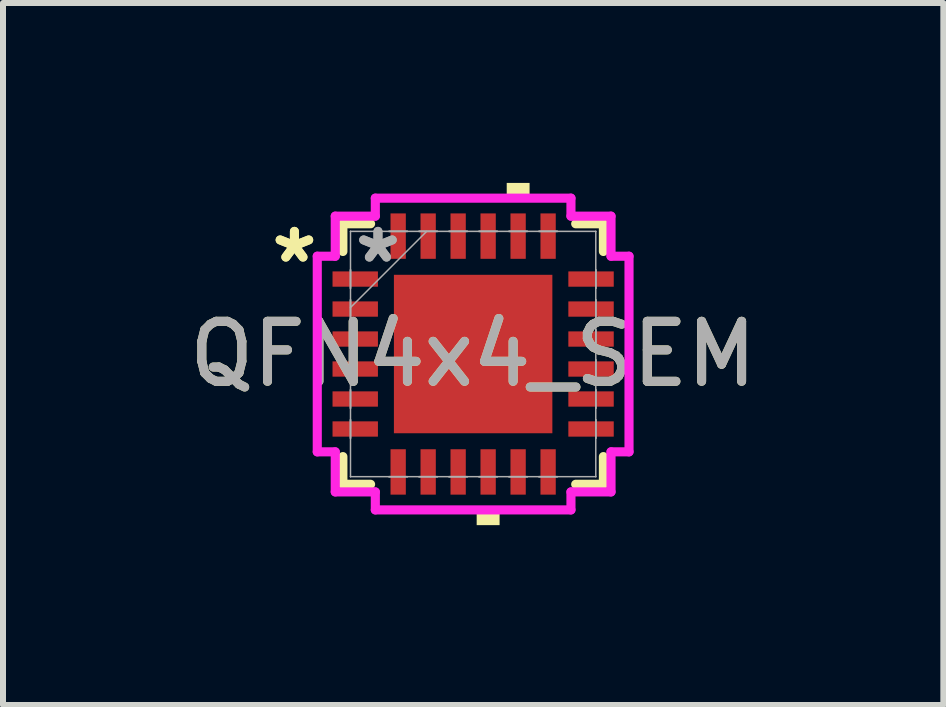
<source format=kicad_pcb>
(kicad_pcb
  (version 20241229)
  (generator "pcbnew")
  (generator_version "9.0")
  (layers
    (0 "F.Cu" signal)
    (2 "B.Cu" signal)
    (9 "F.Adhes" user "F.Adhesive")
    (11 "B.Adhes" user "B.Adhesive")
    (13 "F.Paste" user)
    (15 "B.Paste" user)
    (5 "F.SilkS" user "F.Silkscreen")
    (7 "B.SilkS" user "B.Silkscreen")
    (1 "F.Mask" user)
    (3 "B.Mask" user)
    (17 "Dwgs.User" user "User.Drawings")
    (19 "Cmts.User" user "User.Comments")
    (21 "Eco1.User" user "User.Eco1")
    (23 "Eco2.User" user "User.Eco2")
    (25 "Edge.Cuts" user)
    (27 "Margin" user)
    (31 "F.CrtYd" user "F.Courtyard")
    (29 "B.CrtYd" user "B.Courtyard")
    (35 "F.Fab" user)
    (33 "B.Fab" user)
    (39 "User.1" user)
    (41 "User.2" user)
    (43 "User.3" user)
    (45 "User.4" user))
  (footprint "QFN4x4_SEM"
    (layer "F.Cu")
    (at 4.839 2.853)
    (property "Reference" "QFN4x4_SEM" (at 0 0 0) (unlocked yes) (layer "F.SilkS") (effects (font (size 1 1) (thickness 0.15))))
    (attr smd)
    (fp_line (start -2.172 -2.172) (end -2.172 -1.71) (stroke (width 0.152) (type solid)) (layer "F.SilkS"))
    (fp_line (start -2.172 1.71) (end -2.172 2.172) (stroke (width 0.152) (type solid)) (layer "F.SilkS"))
    (fp_line (start -2.172 2.172) (end -1.71 2.172) (stroke (width 0.152) (type solid)) (layer "F.SilkS"))
    (fp_line (start -1.71 -2.172) (end -2.172 -2.172) (stroke (width 0.152) (type solid)) (layer "F.SilkS"))
    (fp_line (start 1.71 2.172) (end 2.172 2.172) (stroke (width 0.152) (type solid)) (layer "F.SilkS"))
    (fp_line (start 2.172 -2.172) (end 1.71 -2.172) (stroke (width 0.152) (type solid)) (layer "F.SilkS"))
    (fp_line (start 2.172 -1.71) (end 2.172 -2.172) (stroke (width 0.152) (type solid)) (layer "F.SilkS"))
    (fp_line (start 2.172 2.172) (end 2.172 1.71) (stroke (width 0.152) (type solid)) (layer "F.SilkS"))
    (fp_poly (pts (xy 0.059 2.599) (xy 0.059 2.853) (xy 0.441 2.853) (xy 0.441 2.599)) (stroke (width 0) (type solid)) (fill yes) (layer "F.SilkS"))
    (fp_poly (pts (xy 0.56 -2.599) (xy 0.56 -2.853) (xy 0.941 -2.853) (xy 0.941 -2.599)) (stroke (width 0) (type solid)) (fill yes) (layer "F.SilkS"))
    (fp_poly (pts (xy -1.221 -1.221) (xy -1.221 -0.1) (xy -0.1 -0.1) (xy -0.1 -1.221)) (stroke (width 0) (type solid)) (fill yes) (layer "F.Paste"))
    (fp_poly (pts (xy -1.221 0.1) (xy -1.221 1.221) (xy -0.1 1.221) (xy -0.1 0.1)) (stroke (width 0) (type solid)) (fill yes) (layer "F.Paste"))
    (fp_poly (pts (xy 0.1 -1.221) (xy 0.1 -0.1) (xy 1.221 -0.1) (xy 1.221 -1.221)) (stroke (width 0) (type solid)) (fill yes) (layer "F.Paste"))
    (fp_poly (pts (xy 0.1 0.1) (xy 0.1 1.221) (xy 1.221 1.221) (xy 1.221 0.1)) (stroke (width 0) (type solid)) (fill yes) (layer "F.Paste"))
    (fp_line (start -2.599 -1.631) (end -2.299 -1.631) (stroke (width 0.152) (type solid)) (layer "F.CrtYd"))
    (fp_line (start -2.599 1.631) (end -2.599 -1.631) (stroke (width 0.152) (type solid)) (layer "F.CrtYd"))
    (fp_line (start -2.299 -2.299) (end -1.631 -2.299) (stroke (width 0.152) (type solid)) (layer "F.CrtYd"))
    (fp_line (start -2.299 -1.631) (end -2.299 -2.299) (stroke (width 0.152) (type solid)) (layer "F.CrtYd"))
    (fp_line (start -2.299 1.631) (end -2.599 1.631) (stroke (width 0.152) (type solid)) (layer "F.CrtYd"))
    (fp_line (start -2.299 2.299) (end -2.299 1.631) (stroke (width 0.152) (type solid)) (layer "F.CrtYd"))
    (fp_line (start -1.631 -2.599) (end 1.631 -2.599) (stroke (width 0.152) (type solid)) (layer "F.CrtYd"))
    (fp_line (start -1.631 -2.299) (end -1.631 -2.599) (stroke (width 0.152) (type solid)) (layer "F.CrtYd"))
    (fp_line (start -1.631 2.299) (end -2.299 2.299) (stroke (width 0.152) (type solid)) (layer "F.CrtYd"))
    (fp_line (start -1.631 2.599) (end -1.631 2.299) (stroke (width 0.152) (type solid)) (layer "F.CrtYd"))
    (fp_line (start 1.631 -2.599) (end 1.631 -2.299) (stroke (width 0.152) (type solid)) (layer "F.CrtYd"))
    (fp_line (start 1.631 -2.299) (end 2.299 -2.299) (stroke (width 0.152) (type solid)) (layer "F.CrtYd"))
    (fp_line (start 1.631 2.299) (end 1.631 2.599) (stroke (width 0.152) (type solid)) (layer "F.CrtYd"))
    (fp_line (start 1.631 2.599) (end -1.631 2.599) (stroke (width 0.152) (type solid)) (layer "F.CrtYd"))
    (fp_line (start 2.299 -2.299) (end 2.299 -1.631) (stroke (width 0.152) (type solid)) (layer "F.CrtYd"))
    (fp_line (start 2.299 -1.631) (end 2.599 -1.631) (stroke (width 0.152) (type solid)) (layer "F.CrtYd"))
    (fp_line (start 2.299 1.631) (end 2.299 2.299) (stroke (width 0.152) (type solid)) (layer "F.CrtYd"))
    (fp_line (start 2.299 2.299) (end 1.631 2.299) (stroke (width 0.152) (type solid)) (layer "F.CrtYd"))
    (fp_line (start 2.599 -1.631) (end 2.599 1.631) (stroke (width 0.152) (type solid)) (layer "F.CrtYd"))
    (fp_line (start 2.599 1.631) (end 2.299 1.631) (stroke (width 0.152) (type solid)) (layer "F.CrtYd"))
    (fp_line (start -2.045 -2.045) (end -2.045 -2.045) (stroke (width 0.025) (type solid)) (layer "F.Fab"))
    (fp_line (start -2.045 -2.045) (end -2.045 2.045) (stroke (width 0.025) (type solid)) (layer "F.Fab"))
    (fp_line (start -2.045 -1.402) (end -2.045 -1.402) (stroke (width 0.025) (type solid)) (layer "F.Fab"))
    (fp_line (start -2.045 -1.402) (end -2.045 -1.098) (stroke (width 0.025) (type solid)) (layer "F.Fab"))
    (fp_line (start -2.045 -1.098) (end -2.045 -1.402) (stroke (width 0.025) (type solid)) (layer "F.Fab"))
    (fp_line (start -2.045 -1.098) (end -2.045 -1.098) (stroke (width 0.025) (type solid)) (layer "F.Fab"))
    (fp_line (start -2.045 -0.902) (end -2.045 -0.902) (stroke (width 0.025) (type solid)) (layer "F.Fab"))
    (fp_line (start -2.045 -0.902) (end -2.045 -0.598) (stroke (width 0.025) (type solid)) (layer "F.Fab"))
    (fp_line (start -2.045 -0.775) (end -0.775 -2.045) (stroke (width 0.025) (type solid)) (layer "F.Fab"))
    (fp_line (start -2.045 -0.598) (end -2.045 -0.902) (stroke (width 0.025) (type solid)) (layer "F.Fab"))
    (fp_line (start -2.045 -0.598) (end -2.045 -0.598) (stroke (width 0.025) (type solid)) (layer "F.Fab"))
    (fp_line (start -2.045 -0.402) (end -2.045 -0.402) (stroke (width 0.025) (type solid)) (layer "F.Fab"))
    (fp_line (start -2.045 -0.402) (end -2.045 -0.098) (stroke (width 0.025) (type solid)) (layer "F.Fab"))
    (fp_line (start -2.045 -0.098) (end -2.045 -0.402) (stroke (width 0.025) (type solid)) (layer "F.Fab"))
    (fp_line (start -2.045 -0.098) (end -2.045 -0.098) (stroke (width 0.025) (type solid)) (layer "F.Fab"))
    (fp_line (start -2.045 0.098) (end -2.045 0.098) (stroke (width 0.025) (type solid)) (layer "F.Fab"))
    (fp_line (start -2.045 0.098) (end -2.045 0.402) (stroke (width 0.025) (type solid)) (layer "F.Fab"))
    (fp_line (start -2.045 0.402) (end -2.045 0.098) (stroke (width 0.025) (type solid)) (layer "F.Fab"))
    (fp_line (start -2.045 0.402) (end -2.045 0.402) (stroke (width 0.025) (type solid)) (layer "F.Fab"))
    (fp_line (start -2.045 0.598) (end -2.045 0.598) (stroke (width 0.025) (type solid)) (layer "F.Fab"))
    (fp_line (start -2.045 0.598) (end -2.045 0.902) (stroke (width 0.025) (type solid)) (layer "F.Fab"))
    (fp_line (start -2.045 0.902) (end -2.045 0.598) (stroke (width 0.025) (type solid)) (layer "F.Fab"))
    (fp_line (start -2.045 0.902) (end -2.045 0.902) (stroke (width 0.025) (type solid)) (layer "F.Fab"))
    (fp_line (start -2.045 1.098) (end -2.045 1.098) (stroke (width 0.025) (type solid)) (layer "F.Fab"))
    (fp_line (start -2.045 1.098) (end -2.045 1.402) (stroke (width 0.025) (type solid)) (layer "F.Fab"))
    (fp_line (start -2.045 1.402) (end -2.045 1.098) (stroke (width 0.025) (type solid)) (layer "F.Fab"))
    (fp_line (start -2.045 1.402) (end -2.045 1.402) (stroke (width 0.025) (type solid)) (layer "F.Fab"))
    (fp_line (start -2.045 2.045) (end -2.045 2.045) (stroke (width 0.025) (type solid)) (layer "F.Fab"))
    (fp_line (start -2.045 2.045) (end 2.045 2.045) (stroke (width 0.025) (type solid)) (layer "F.Fab"))
    (fp_line (start -1.402 -2.045) (end -1.402 -2.045) (stroke (width 0.025) (type solid)) (layer "F.Fab"))
    (fp_line (start -1.402 -2.045) (end -1.098 -2.045) (stroke (width 0.025) (type solid)) (layer "F.Fab"))
    (fp_line (start -1.402 2.045) (end -1.402 2.045) (stroke (width 0.025) (type solid)) (layer "F.Fab"))
    (fp_line (start -1.402 2.045) (end -1.098 2.045) (stroke (width 0.025) (type solid)) (layer "F.Fab"))
    (fp_line (start -1.098 -2.045) (end -1.402 -2.045) (stroke (width 0.025) (type solid)) (layer "F.Fab"))
    (fp_line (start -1.098 -2.045) (end -1.098 -2.045) (stroke (width 0.025) (type solid)) (layer "F.Fab"))
    (fp_line (start -1.098 2.045) (end -1.402 2.045) (stroke (width 0.025) (type solid)) (layer "F.Fab"))
    (fp_line (start -1.098 2.045) (end -1.098 2.045) (stroke (width 0.025) (type solid)) (layer "F.Fab"))
    (fp_line (start -0.902 -2.045) (end -0.902 -2.045) (stroke (width 0.025) (type solid)) (layer "F.Fab"))
    (fp_line (start -0.902 -2.045) (end -0.598 -2.045) (stroke (width 0.025) (type solid)) (layer "F.Fab"))
    (fp_line (start -0.902 2.045) (end -0.902 2.045) (stroke (width 0.025) (type solid)) (layer "F.Fab"))
    (fp_line (start -0.902 2.045) (end -0.598 2.045) (stroke (width 0.025) (type solid)) (layer "F.Fab"))
    (fp_line (start -0.598 -2.045) (end -0.902 -2.045) (stroke (width 0.025) (type solid)) (layer "F.Fab"))
    (fp_line (start -0.598 -2.045) (end -0.598 -2.045) (stroke (width 0.025) (type solid)) (layer "F.Fab"))
    (fp_line (start -0.598 2.045) (end -0.902 2.045) (stroke (width 0.025) (type solid)) (layer "F.Fab"))
    (fp_line (start -0.598 2.045) (end -0.598 2.045) (stroke (width 0.025) (type solid)) (layer "F.Fab"))
    (fp_line (start -0.402 -2.045) (end -0.402 -2.045) (stroke (width 0.025) (type solid)) (layer "F.Fab"))
    (fp_line (start -0.402 -2.045) (end -0.098 -2.045) (stroke (width 0.025) (type solid)) (layer "F.Fab"))
    (fp_line (start -0.402 2.045) (end -0.402 2.045) (stroke (width 0.025) (type solid)) (layer "F.Fab"))
    (fp_line (start -0.402 2.045) (end -0.098 2.045) (stroke (width 0.025) (type solid)) (layer "F.Fab"))
    (fp_line (start -0.098 -2.045) (end -0.402 -2.045) (stroke (width 0.025) (type solid)) (layer "F.Fab"))
    (fp_line (start -0.098 -2.045) (end -0.098 -2.045) (stroke (width 0.025) (type solid)) (layer "F.Fab"))
    (fp_line (start -0.098 2.045) (end -0.402 2.045) (stroke (width 0.025) (type solid)) (layer "F.Fab"))
    (fp_line (start -0.098 2.045) (end -0.098 2.045) (stroke (width 0.025) (type solid)) (layer "F.Fab"))
    (fp_line (start 0.098 -2.045) (end 0.098 -2.045) (stroke (width 0.025) (type solid)) (layer "F.Fab"))
    (fp_line (start 0.098 -2.045) (end 0.402 -2.045) (stroke (width 0.025) (type solid)) (layer "F.Fab"))
    (fp_line (start 0.098 2.045) (end 0.098 2.045) (stroke (width 0.025) (type solid)) (layer "F.Fab"))
    (fp_line (start 0.098 2.045) (end 0.402 2.045) (stroke (width 0.025) (type solid)) (layer "F.Fab"))
    (fp_line (start 0.402 -2.045) (end 0.098 -2.045) (stroke (width 0.025) (type solid)) (layer "F.Fab"))
    (fp_line (start 0.402 -2.045) (end 0.402 -2.045) (stroke (width 0.025) (type solid)) (layer "F.Fab"))
    (fp_line (start 0.402 2.045) (end 0.098 2.045) (stroke (width 0.025) (type solid)) (layer "F.Fab"))
    (fp_line (start 0.402 2.045) (end 0.402 2.045) (stroke (width 0.025) (type solid)) (layer "F.Fab"))
    (fp_line (start 0.598 -2.045) (end 0.598 -2.045) (stroke (width 0.025) (type solid)) (layer "F.Fab"))
    (fp_line (start 0.598 -2.045) (end 0.902 -2.045) (stroke (width 0.025) (type solid)) (layer "F.Fab"))
    (fp_line (start 0.598 2.045) (end 0.598 2.045) (stroke (width 0.025) (type solid)) (layer "F.Fab"))
    (fp_line (start 0.598 2.045) (end 0.902 2.045) (stroke (width 0.025) (type solid)) (layer "F.Fab"))
    (fp_line (start 0.902 -2.045) (end 0.598 -2.045) (stroke (width 0.025) (type solid)) (layer "F.Fab"))
    (fp_line (start 0.902 -2.045) (end 0.902 -2.045) (stroke (width 0.025) (type solid)) (layer "F.Fab"))
    (fp_line (start 0.902 2.045) (end 0.598 2.045) (stroke (width 0.025) (type solid)) (layer "F.Fab"))
    (fp_line (start 0.902 2.045) (end 0.902 2.045) (stroke (width 0.025) (type solid)) (layer "F.Fab"))
    (fp_line (start 1.098 -2.045) (end 1.098 -2.045) (stroke (width 0.025) (type solid)) (layer "F.Fab"))
    (fp_line (start 1.098 -2.045) (end 1.402 -2.045) (stroke (width 0.025) (type solid)) (layer "F.Fab"))
    (fp_line (start 1.098 2.045) (end 1.098 2.045) (stroke (width 0.025) (type solid)) (layer "F.Fab"))
    (fp_line (start 1.098 2.045) (end 1.402 2.045) (stroke (width 0.025) (type solid)) (layer "F.Fab"))
    (fp_line (start 1.402 -2.045) (end 1.098 -2.045) (stroke (width 0.025) (type solid)) (layer "F.Fab"))
    (fp_line (start 1.402 -2.045) (end 1.402 -2.045) (stroke (width 0.025) (type solid)) (layer "F.Fab"))
    (fp_line (start 1.402 2.045) (end 1.098 2.045) (stroke (width 0.025) (type solid)) (layer "F.Fab"))
    (fp_line (start 1.402 2.045) (end 1.402 2.045) (stroke (width 0.025) (type solid)) (layer "F.Fab"))
    (fp_line (start 2.045 -2.045) (end -2.045 -2.045) (stroke (width 0.025) (type solid)) (layer "F.Fab"))
    (fp_line (start 2.045 -2.045) (end 2.045 -2.045) (stroke (width 0.025) (type solid)) (layer "F.Fab"))
    (fp_line (start 2.045 -1.402) (end 2.045 -1.402) (stroke (width 0.025) (type solid)) (layer "F.Fab"))
    (fp_line (start 2.045 -1.402) (end 2.045 -1.098) (stroke (width 0.025) (type solid)) (layer "F.Fab"))
    (fp_line (start 2.045 -1.098) (end 2.045 -1.402) (stroke (width 0.025) (type solid)) (layer "F.Fab"))
    (fp_line (start 2.045 -1.098) (end 2.045 -1.098) (stroke (width 0.025) (type solid)) (layer "F.Fab"))
    (fp_line (start 2.045 -0.902) (end 2.045 -0.902) (stroke (width 0.025) (type solid)) (layer "F.Fab"))
    (fp_line (start 2.045 -0.902) (end 2.045 -0.598) (stroke (width 0.025) (type solid)) (layer "F.Fab"))
    (fp_line (start 2.045 -0.598) (end 2.045 -0.902) (stroke (width 0.025) (type solid)) (layer "F.Fab"))
    (fp_line (start 2.045 -0.598) (end 2.045 -0.598) (stroke (width 0.025) (type solid)) (layer "F.Fab"))
    (fp_line (start 2.045 -0.402) (end 2.045 -0.402) (stroke (width 0.025) (type solid)) (layer "F.Fab"))
    (fp_line (start 2.045 -0.402) (end 2.045 -0.098) (stroke (width 0.025) (type solid)) (layer "F.Fab"))
    (fp_line (start 2.045 -0.098) (end 2.045 -0.402) (stroke (width 0.025) (type solid)) (layer "F.Fab"))
    (fp_line (start 2.045 -0.098) (end 2.045 -0.098) (stroke (width 0.025) (type solid)) (layer "F.Fab"))
    (fp_line (start 2.045 0.098) (end 2.045 0.098) (stroke (width 0.025) (type solid)) (layer "F.Fab"))
    (fp_line (start 2.045 0.098) (end 2.045 0.402) (stroke (width 0.025) (type solid)) (layer "F.Fab"))
    (fp_line (start 2.045 0.402) (end 2.045 0.098) (stroke (width 0.025) (type solid)) (layer "F.Fab"))
    (fp_line (start 2.045 0.402) (end 2.045 0.402) (stroke (width 0.025) (type solid)) (layer "F.Fab"))
    (fp_line (start 2.045 0.598) (end 2.045 0.598) (stroke (width 0.025) (type solid)) (layer "F.Fab"))
    (fp_line (start 2.045 0.598) (end 2.045 0.902) (stroke (width 0.025) (type solid)) (layer "F.Fab"))
    (fp_line (start 2.045 0.902) (end 2.045 0.598) (stroke (width 0.025) (type solid)) (layer "F.Fab"))
    (fp_line (start 2.045 0.902) (end 2.045 0.902) (stroke (width 0.025) (type solid)) (layer "F.Fab"))
    (fp_line (start 2.045 1.098) (end 2.045 1.098) (stroke (width 0.025) (type solid)) (layer "F.Fab"))
    (fp_line (start 2.045 1.098) (end 2.045 1.402) (stroke (width 0.025) (type solid)) (layer "F.Fab"))
    (fp_line (start 2.045 1.402) (end 2.045 1.098) (stroke (width 0.025) (type solid)) (layer "F.Fab"))
    (fp_line (start 2.045 1.402) (end 2.045 1.402) (stroke (width 0.025) (type solid)) (layer "F.Fab"))
    (fp_line (start 2.045 2.045) (end 2.045 -2.045) (stroke (width 0.025) (type solid)) (layer "F.Fab"))
    (fp_line (start 2.045 2.045) (end 2.045 2.045) (stroke (width 0.025) (type solid)) (layer "F.Fab"))
    (fp_text user "*" (at -2.98 -1.5 0) (layer "F.SilkS") (effects (font (size 1 1) (thickness 0.15))))
    (fp_text user "*" (at -2.98 -1.5 0) (unlocked yes) (layer "F.SilkS") (effects (font (size 1 1) (thickness 0.15))))
    (fp_text user "*" (at -1.587 -1.5 0) (unlocked yes) (layer "F.Fab") (effects (font (size 1 1) (thickness 0.15))))
    (fp_text user "*" (at -1.587 -1.5 0) (layer "F.Fab") (effects (font (size 1 1) (thickness 0.15))))
    (fp_text user "${REFERENCE}" (at 0 0 0) (unlocked yes) (layer "F.Fab") (effects (font (size 1 1) (thickness 0.15))))
    (pad "1" smd rect (at -1.966 -1.25 90) (size 0.255 0.757) (layers "F.Cu" "F.Mask" "F.Paste"))
    (pad "2" smd rect (at -1.966 -0.75 90) (size 0.255 0.757) (layers "F.Cu" "F.Mask" "F.Paste"))
    (pad "3" smd rect (at -1.966 -0.25 90) (size 0.255 0.757) (layers "F.Cu" "F.Mask" "F.Paste"))
    (pad "4" smd rect (at -1.966 0.25 90) (size 0.255 0.757) (layers "F.Cu" "F.Mask" "F.Paste"))
    (pad "5" smd rect (at -1.966 0.75 90) (size 0.255 0.757) (layers "F.Cu" "F.Mask" "F.Paste"))
    (pad "6" smd rect (at -1.966 1.25 90) (size 0.255 0.757) (layers "F.Cu" "F.Mask" "F.Paste"))
    (pad "7" smd rect (at -1.25 1.966) (size 0.255 0.757) (layers "F.Cu" "F.Mask" "F.Paste"))
    (pad "8" smd rect (at -0.75 1.966) (size 0.255 0.757) (layers "F.Cu" "F.Mask" "F.Paste"))
    (pad "9" smd rect (at -0.25 1.966) (size 0.255 0.757) (layers "F.Cu" "F.Mask" "F.Paste"))
    (pad "10" smd rect (at 0.25 1.966) (size 0.255 0.757) (layers "F.Cu" "F.Mask" "F.Paste"))
    (pad "11" smd rect (at 0.75 1.966) (size 0.255 0.757) (layers "F.Cu" "F.Mask" "F.Paste"))
    (pad "12" smd rect (at 1.25 1.966) (size 0.255 0.757) (layers "F.Cu" "F.Mask" "F.Paste"))
    (pad "13" smd rect (at 1.966 1.25 90) (size 0.255 0.757) (layers "F.Cu" "F.Mask" "F.Paste"))
    (pad "14" smd rect (at 1.966 0.75 90) (size 0.255 0.757) (layers "F.Cu" "F.Mask" "F.Paste"))
    (pad "15" smd rect (at 1.966 0.25 90) (size 0.255 0.757) (layers "F.Cu" "F.Mask" "F.Paste"))
    (pad "16" smd rect (at 1.966 -0.25 90) (size 0.255 0.757) (layers "F.Cu" "F.Mask" "F.Paste"))
    (pad "17" smd rect (at 1.966 -0.75 90) (size 0.255 0.757) (layers "F.Cu" "F.Mask" "F.Paste"))
    (pad "18" smd rect (at 1.966 -1.25 90) (size 0.255 0.757) (layers "F.Cu" "F.Mask" "F.Paste"))
    (pad "19" smd rect (at 1.25 -1.966) (size 0.255 0.757) (layers "F.Cu" "F.Mask" "F.Paste"))
    (pad "20" smd rect (at 0.75 -1.966) (size 0.255 0.757) (layers "F.Cu" "F.Mask" "F.Paste"))
    (pad "21" smd rect (at 0.25 -1.966) (size 0.255 0.757) (layers "F.Cu" "F.Mask" "F.Paste"))
    (pad "22" smd rect (at -0.25 -1.966) (size 0.255 0.757) (layers "F.Cu" "F.Mask" "F.Paste"))
    (pad "23" smd rect (at -0.75 -1.966) (size 0.255 0.757) (layers "F.Cu" "F.Mask" "F.Paste"))
    (pad "24" smd rect (at -1.25 -1.966) (size 0.255 0.757) (layers "F.Cu" "F.Mask" "F.Paste"))
    (pad "25" smd rect (at 0 0) (size 2.642 2.642) (layers "F.Cu" "F.Mask" "F.Paste")))
  (gr_rect
    (start -3 -3)
    (end 12.679 8.705)
    (stroke (width 0.1) (type default))
    (fill no)
    (layer "Edge.Cuts")))
</source>
